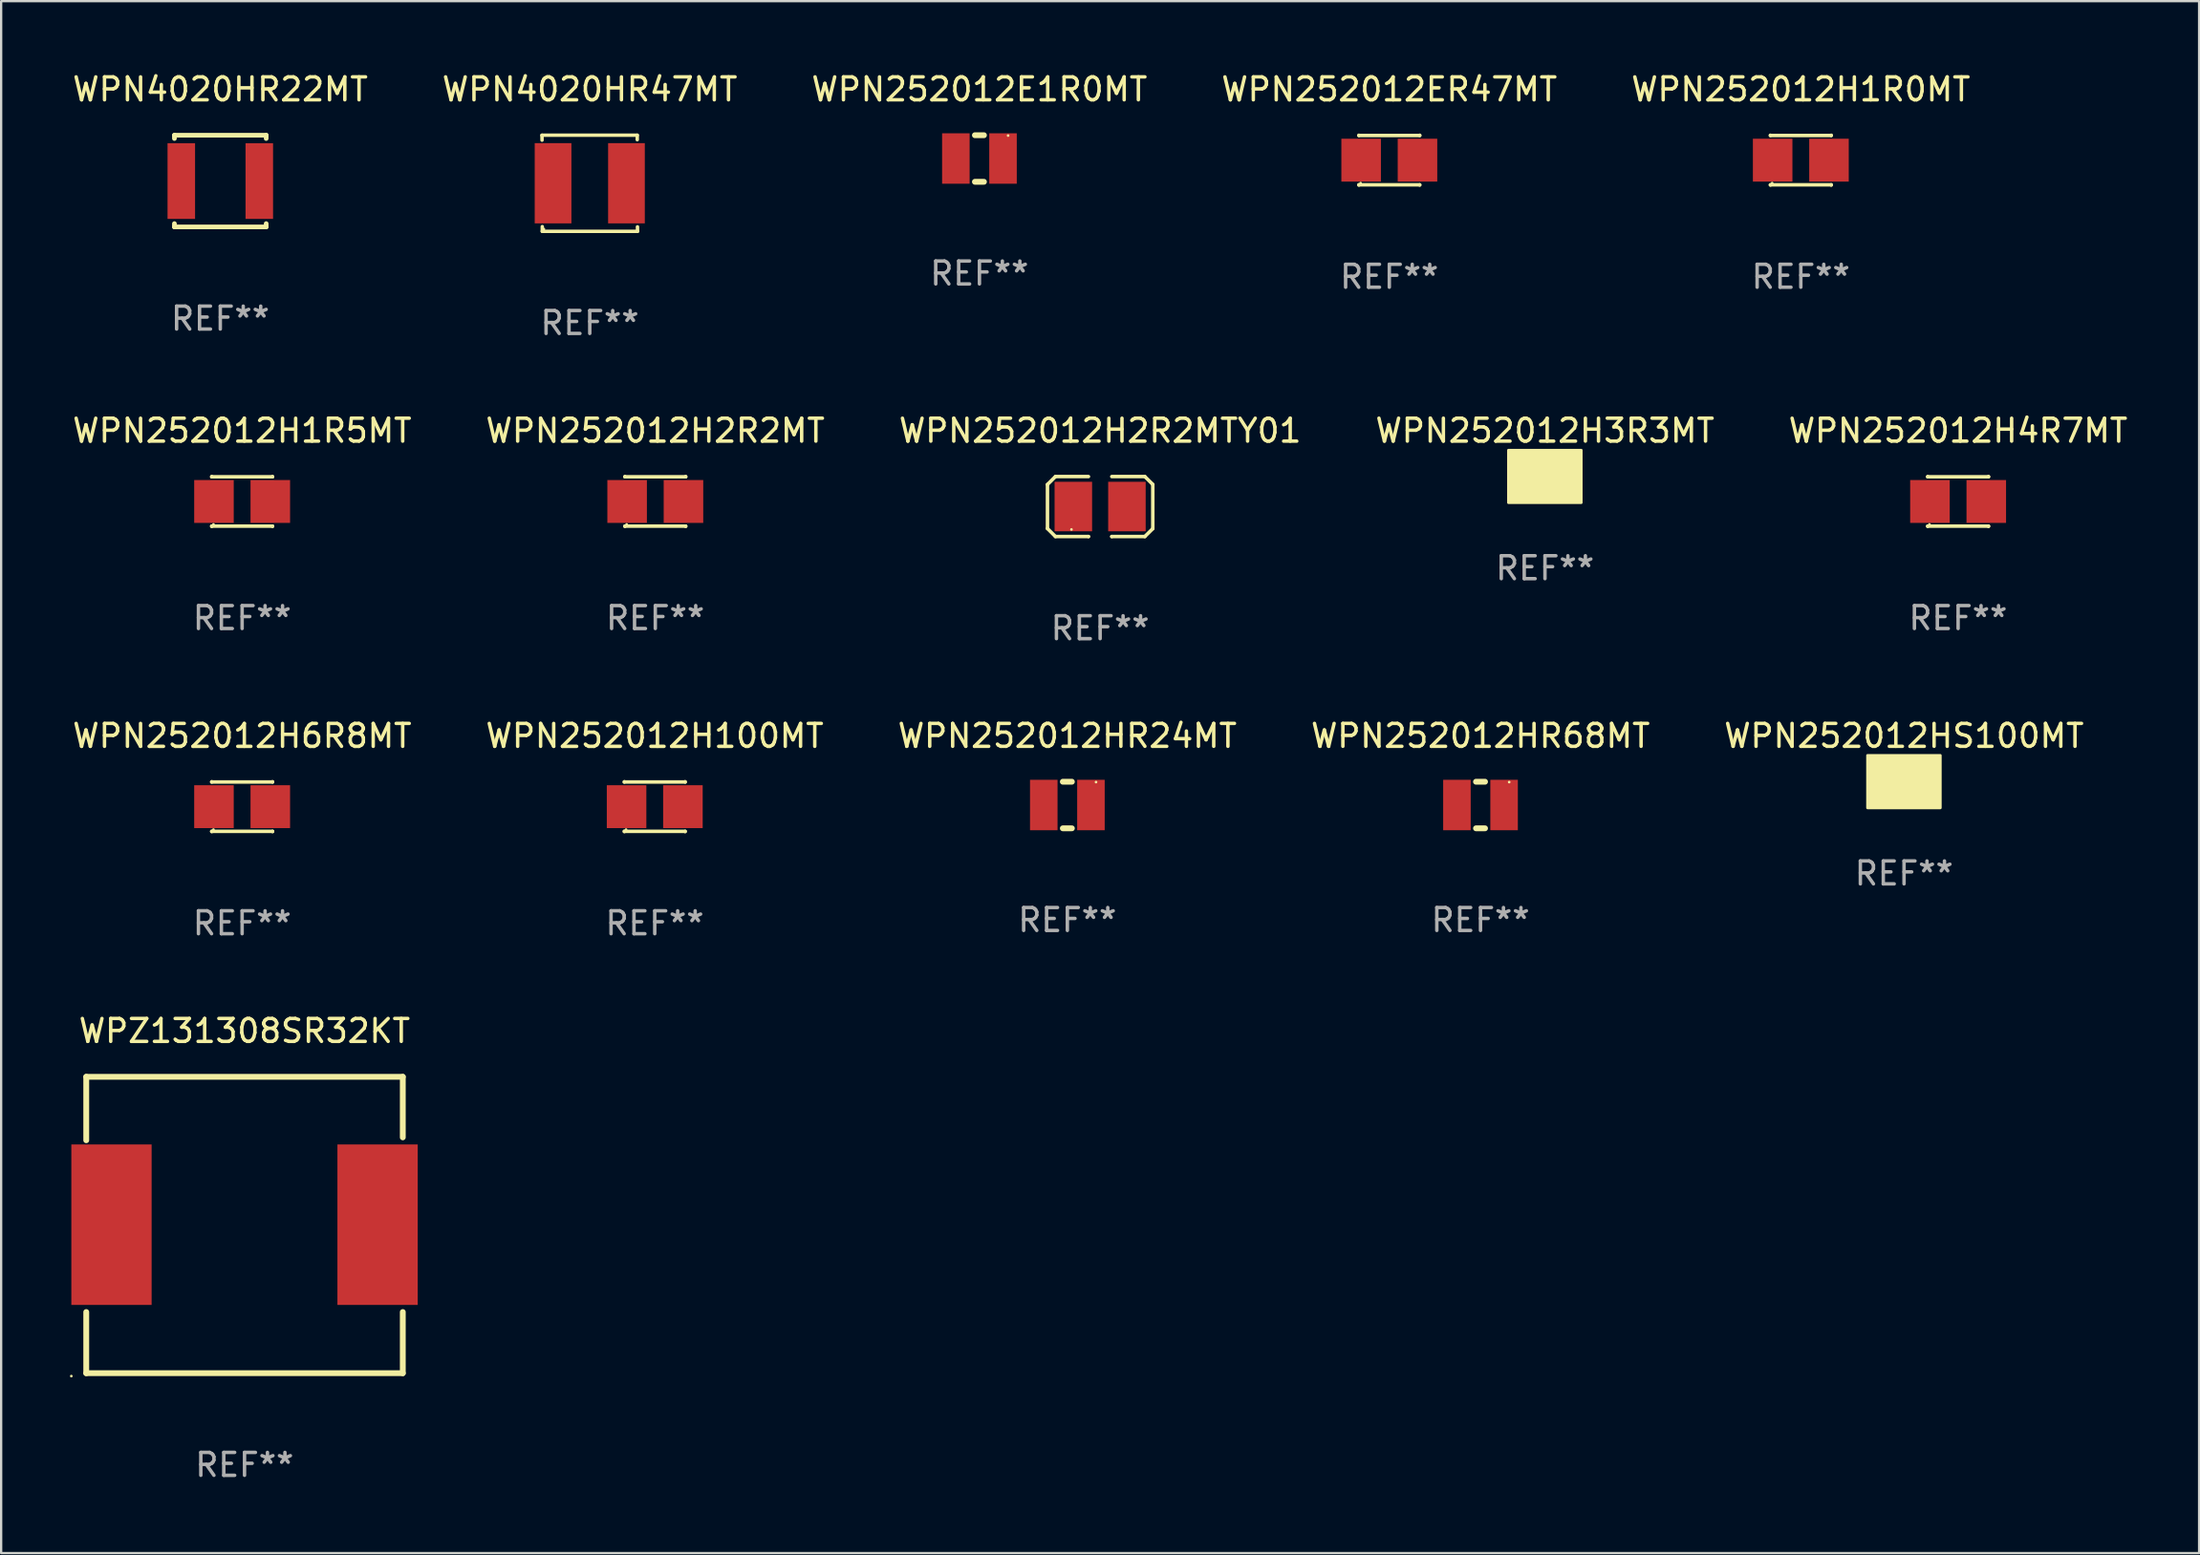
<source format=kicad_pcb>
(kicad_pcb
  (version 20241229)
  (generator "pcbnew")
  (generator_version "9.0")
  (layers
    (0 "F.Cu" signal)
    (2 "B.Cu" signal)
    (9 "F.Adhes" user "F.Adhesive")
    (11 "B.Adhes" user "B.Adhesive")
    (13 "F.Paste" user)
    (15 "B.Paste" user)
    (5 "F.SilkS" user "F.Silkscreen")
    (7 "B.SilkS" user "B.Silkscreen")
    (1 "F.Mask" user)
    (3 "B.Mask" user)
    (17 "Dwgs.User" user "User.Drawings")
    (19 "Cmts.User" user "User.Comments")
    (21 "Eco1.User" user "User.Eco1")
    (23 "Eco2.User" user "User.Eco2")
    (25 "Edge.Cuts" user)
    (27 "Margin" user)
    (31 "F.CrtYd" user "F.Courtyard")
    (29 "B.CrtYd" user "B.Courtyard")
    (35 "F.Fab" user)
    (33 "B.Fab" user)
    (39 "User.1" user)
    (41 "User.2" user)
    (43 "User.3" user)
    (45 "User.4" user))
  (footprint "WPN252012H6R8MT"
    (layer "F.Cu")
    (at 7.506 32.137)
    (property "Reference" "WPN252012H6R8MT" (at 0 -3.087 0) (layer "F.SilkS") (effects (font (size 1 1) (thickness 0.15))))
    (attr through_hole)
    (fp_line (start -1.326 -1.087) (end -1.326 -1.076) (stroke (width 0.152) (type solid)) (layer "F.SilkS"))
    (fp_line (start -1.326 -1.076) (end 1.326 -1.076) (stroke (width 0.152) (type solid)) (layer "F.SilkS"))
    (fp_line (start -1.326 1.076) (end 1.326 1.076) (stroke (width 0.152) (type solid)) (layer "F.SilkS"))
    (fp_line (start -1.326 1.087) (end -1.326 1.076) (stroke (width 0.152) (type solid)) (layer "F.SilkS"))
    (fp_line (start 1.326 -1.076) (end 1.326 -1.087) (stroke (width 0.152) (type solid)) (layer "F.SilkS"))
    (fp_line (start 1.326 1.076) (end 1.326 1.087) (stroke (width 0.152) (type solid)) (layer "F.SilkS"))
    (fp_circle (center -1.25 1) (end -1.22 1) (stroke (width 0.06) (type solid)) (fill no) (layer "F.SilkS"))
    (fp_text user "REF**" (at 0 5.087 0) (layer "F.Fab") (effects (font (size 1 1) (thickness 0.15))))
    (pad "1" smd rect (at 1.228 0) (size 1.724 1.87) (layers "F.Cu" "F.Mask" "F.Paste"))
    (pad "2" smd rect (at -1.228 0) (size 1.724 1.87) (layers "F.Cu" "F.Mask" "F.Paste")))
  (footprint "WPN252012ER47MT"
    (layer "F.Cu")
    (at 57.518 3.936)
    (property "Reference" "WPN252012ER47MT" (at 0 -3.087 0) (layer "F.SilkS") (effects (font (size 1 1) (thickness 0.15))))
    (attr through_hole)
    (fp_line (start -1.326 -1.087) (end -1.326 -1.076) (stroke (width 0.152) (type solid)) (layer "F.SilkS"))
    (fp_line (start -1.326 -1.076) (end 1.326 -1.076) (stroke (width 0.152) (type solid)) (layer "F.SilkS"))
    (fp_line (start -1.326 1.076) (end 1.326 1.076) (stroke (width 0.152) (type solid)) (layer "F.SilkS"))
    (fp_line (start -1.326 1.087) (end -1.326 1.076) (stroke (width 0.152) (type solid)) (layer "F.SilkS"))
    (fp_line (start 1.326 -1.076) (end 1.326 -1.087) (stroke (width 0.152) (type solid)) (layer "F.SilkS"))
    (fp_line (start 1.326 1.076) (end 1.326 1.087) (stroke (width 0.152) (type solid)) (layer "F.SilkS"))
    (fp_circle (center -1.25 1) (end -1.22 1) (stroke (width 0.06) (type solid)) (fill no) (layer "F.SilkS"))
    (fp_text user "REF**" (at 0 5.087 0) (layer "F.Fab") (effects (font (size 1 1) (thickness 0.15))))
    (pad "1" smd rect (at 1.228 0) (size 1.724 1.87) (layers "F.Cu" "F.Mask" "F.Paste"))
    (pad "2" smd rect (at -1.228 0) (size 1.724 1.87) (layers "F.Cu" "F.Mask" "F.Paste")))
  (footprint "WPN252012H3R3MT"
    (layer "F.Cu")
    (at 64.304 17.736)
    (property "Reference" "WPN252012H3R3MT" (at 0 -2 0) (layer "F.SilkS") (effects (font (size 1 1) (thickness 0.15))))
    (attr through_hole)
    (fp_circle (center -1.25 -1) (end -1.22 -1) (stroke (width 0.06) (type solid)) (fill no) (layer "F.SilkS"))
    (fp_poly (pts (xy -1.59 -1.148) (xy 1.58 -1.148) (xy 1.58 1.14) (xy -1.59 1.14)) (stroke (width 0.12) (type solid)) (fill yes) (layer "F.SilkS"))
    (fp_text user "REF**" (at 0 4 0) (layer "F.Fab") (effects (font (size 1 1) (thickness 0.15))))
    (pad "1" smd rect (at -0.95 0) (size 0.95 2) (layers "F.Cu" "F.Mask" "F.Paste"))
    (pad "2" smd rect (at 0.95 0) (size 0.95 2) (layers "F.Cu" "F.Mask" "F.Paste")))
  (footprint "WPN252012H2R2MTY01"
    (layer "F.Cu")
    (at 44.911 19.045)
    (property "Reference" "WPN252012H2R2MTY01" (at 0 -3.308 0) (layer "F.SilkS") (effects (font (size 1 1) (thickness 0.15))))
    (attr through_hole)
    (fp_line (start -2.296 -0.96) (end -1.948 -1.308) (stroke (width 0.152) (type solid)) (layer "F.SilkS"))
    (fp_line (start -2.296 0.96) (end -2.296 -0.96) (stroke (width 0.152) (type solid)) (layer "F.SilkS"))
    (fp_line (start -1.948 -1.308) (end -0.508 -1.308) (stroke (width 0.152) (type solid)) (layer "F.SilkS"))
    (fp_line (start -1.948 1.308) (end -2.296 0.96) (stroke (width 0.152) (type solid)) (layer "F.SilkS"))
    (fp_line (start -0.508 1.308) (end -1.948 1.308) (stroke (width 0.152) (type solid)) (layer "F.SilkS"))
    (fp_line (start -0.508 1.308) (end -0.508 1.308) (stroke (width 0.152) (type solid)) (layer "F.SilkS"))
    (fp_line (start 0.508 1.308) (end 0.508 1.308) (stroke (width 0.152) (type solid)) (layer "F.SilkS"))
    (fp_line (start 0.508 1.308) (end 1.948 1.308) (stroke (width 0.152) (type solid)) (layer "F.SilkS"))
    (fp_line (start 1.948 -1.308) (end 0.508 -1.308) (stroke (width 0.152) (type solid)) (layer "F.SilkS"))
    (fp_line (start 1.948 1.308) (end 2.296 0.963) (stroke (width 0.152) (type solid)) (layer "F.SilkS"))
    (fp_line (start 2.296 -0.963) (end 1.948 -1.308) (stroke (width 0.152) (type solid)) (layer "F.SilkS"))
    (fp_line (start 2.296 0.963) (end 2.296 -0.963) (stroke (width 0.152) (type solid)) (layer "F.SilkS"))
    (fp_circle (center -1.25 1) (end -1.22 1) (stroke (width 0.06) (type solid)) (fill no) (layer "F.SilkS"))
    (fp_text user "REF**" (at 0 5.308 0) (layer "F.Fab") (effects (font (size 1 1) (thickness 0.15))))
    (pad "1" smd rect (at -1.168 0.000025) (size 1.635 2.16) (layers "F.Cu" "F.Mask" "F.Paste"))
    (pad "2" smd rect (at 1.168 0.000025) (size 1.635 2.16) (layers "F.Cu" "F.Mask" "F.Paste")))
  (footprint "WPN252012E1R0MT"
    (layer "F.Cu")
    (at 39.649 3.864)
    (property "Reference" "WPN252012E1R0MT" (at 0 -3.016 0) (layer "F.SilkS") (effects (font (size 1 1) (thickness 0.15))))
    (attr through_hole)
    (fp_line (start -0.197 1.016) (end 0.197 1.016) (stroke (width 0.254) (type solid)) (layer "F.SilkS"))
    (fp_line (start 0.197 -1.016) (end -0.197 -1.016) (stroke (width 0.254) (type solid)) (layer "F.SilkS"))
    (fp_circle (center 1.25 -1) (end 1.28 -1) (stroke (width 0.06) (type solid)) (fill no) (layer "F.SilkS"))
    (fp_text user "REF**" (at 0 5.016 0) (layer "F.Fab") (effects (font (size 1 1) (thickness 0.15))))
    (pad "1" smd rect (at 1.028 0) (size 1.2 2.2) (layers "F.Cu" "F.Mask" "F.Paste"))
    (pad "2" smd rect (at -1.028 0) (size 1.2 2.2) (layers "F.Cu" "F.Mask" "F.Paste")))
  (footprint "WPN252012HS100MT"
    (layer "F.Cu")
    (at 79.958 31.049)
    (property "Reference" "WPN252012HS100MT" (at 0 -2 0) (layer "F.SilkS") (effects (font (size 1 1) (thickness 0.15))))
    (attr through_hole)
    (fp_circle (center -1.25 -1) (end -1.22 -1) (stroke (width 0.06) (type solid)) (fill no) (layer "F.SilkS"))
    (fp_poly (pts (xy -1.59 -1.148) (xy 1.58 -1.148) (xy 1.58 1.14) (xy -1.59 1.14)) (stroke (width 0.12) (type solid)) (fill yes) (layer "F.SilkS"))
    (fp_text user "REF**" (at 0 4 0) (layer "F.Fab") (effects (font (size 1 1) (thickness 0.15))))
    (pad "1" smd rect (at -0.95 0) (size 0.95 2) (layers "F.Cu" "F.Mask" "F.Paste"))
    (pad "2" smd rect (at 0.95 0) (size 0.95 2) (layers "F.Cu" "F.Mask" "F.Paste")))
  (footprint "WPN252012HR24MT"
    (layer "F.Cu")
    (at 43.482 32.065)
    (property "Reference" "WPN252012HR24MT" (at 0 -3.016 0) (layer "F.SilkS") (effects (font (size 1 1) (thickness 0.15))))
    (attr through_hole)
    (fp_line (start -0.197 1.016) (end 0.197 1.016) (stroke (width 0.254) (type solid)) (layer "F.SilkS"))
    (fp_line (start 0.197 -1.016) (end -0.197 -1.016) (stroke (width 0.254) (type solid)) (layer "F.SilkS"))
    (fp_circle (center 1.25 -1) (end 1.28 -1) (stroke (width 0.06) (type solid)) (fill no) (layer "F.SilkS"))
    (fp_text user "REF**" (at 0 5.016 0) (layer "F.Fab") (effects (font (size 1 1) (thickness 0.15))))
    (pad "1" smd rect (at 1.028 0) (size 1.2 2.2) (layers "F.Cu" "F.Mask" "F.Paste"))
    (pad "2" smd rect (at -1.028 0) (size 1.2 2.2) (layers "F.Cu" "F.Mask" "F.Paste")))
  (footprint "WPN4020HR47MT"
    (layer "F.Cu")
    (at 22.661 4.944)
    (property "Reference" "WPN4020HR47MT" (at 0 -4.096 0) (layer "F.SilkS") (effects (font (size 1 1) (thickness 0.15))))
    (attr through_hole)
    (fp_line (start -2.083 -2.096) (end -2.08 -1.88) (stroke (width 0.15) (type solid)) (layer "F.SilkS"))
    (fp_line (start -2.07 1.89) (end -2.07 2.096) (stroke (width 0.15) (type solid)) (layer "F.SilkS"))
    (fp_line (start -2.07 2.096) (end 2.083 2.096) (stroke (width 0.15) (type solid)) (layer "F.SilkS"))
    (fp_line (start 2.07 -1.9) (end 2.07 -2.096) (stroke (width 0.15) (type solid)) (layer "F.SilkS"))
    (fp_line (start 2.07 -2.096) (end -2.083 -2.096) (stroke (width 0.15) (type solid)) (layer "F.SilkS"))
    (fp_line (start 2.083 2.096) (end 2.08 1.9) (stroke (width 0.15) (type solid)) (layer "F.SilkS"))
    (fp_circle (center -2 2) (end -1.97 2) (stroke (width 0.06) (type solid)) (fill no) (layer "F.SilkS"))
    (fp_text user "REF**" (at 0 6.096 0) (layer "F.Fab") (effects (font (size 1 1) (thickness 0.15))))
    (pad "1" smd rect (at -1.6 -0.000343) (size 1.6 3.5) (layers "F.Cu" "F.Mask" "F.Paste"))
    (pad "2" smd rect (at 1.6 -0.000343) (size 1.6 3.5) (layers "F.Cu" "F.Mask" "F.Paste")))
  (footprint "WPN252012H2R2MT"
    (layer "F.Cu")
    (at 25.518 18.824)
    (property "Reference" "WPN252012H2R2MT" (at 0 -3.087 0) (layer "F.SilkS") (effects (font (size 1 1) (thickness 0.15))))
    (attr through_hole)
    (fp_line (start -1.326 -1.087) (end -1.326 -1.076) (stroke (width 0.152) (type solid)) (layer "F.SilkS"))
    (fp_line (start -1.326 -1.076) (end 1.326 -1.076) (stroke (width 0.152) (type solid)) (layer "F.SilkS"))
    (fp_line (start -1.326 1.076) (end 1.326 1.076) (stroke (width 0.152) (type solid)) (layer "F.SilkS"))
    (fp_line (start -1.326 1.087) (end -1.326 1.076) (stroke (width 0.152) (type solid)) (layer "F.SilkS"))
    (fp_line (start 1.326 -1.076) (end 1.326 -1.087) (stroke (width 0.152) (type solid)) (layer "F.SilkS"))
    (fp_line (start 1.326 1.076) (end 1.326 1.087) (stroke (width 0.152) (type solid)) (layer "F.SilkS"))
    (fp_circle (center -1.25 1) (end -1.22 1) (stroke (width 0.06) (type solid)) (fill no) (layer "F.SilkS"))
    (fp_text user "REF**" (at 0 5.087 0) (layer "F.Fab") (effects (font (size 1 1) (thickness 0.15))))
    (pad "1" smd rect (at 1.228 0) (size 1.724 1.87) (layers "F.Cu" "F.Mask" "F.Paste"))
    (pad "2" smd rect (at -1.228 0) (size 1.724 1.87) (layers "F.Cu" "F.Mask" "F.Paste")))
  (footprint "WPN252012H4R7MT"
    (layer "F.Cu")
    (at 82.315 18.824)
    (property "Reference" "WPN252012H4R7MT" (at 0 -3.087 0) (layer "F.SilkS") (effects (font (size 1 1) (thickness 0.15))))
    (attr through_hole)
    (fp_line (start -1.326 -1.087) (end -1.326 -1.076) (stroke (width 0.152) (type solid)) (layer "F.SilkS"))
    (fp_line (start -1.326 -1.076) (end 1.326 -1.076) (stroke (width 0.152) (type solid)) (layer "F.SilkS"))
    (fp_line (start -1.326 1.076) (end 1.326 1.076) (stroke (width 0.152) (type solid)) (layer "F.SilkS"))
    (fp_line (start -1.326 1.087) (end -1.326 1.076) (stroke (width 0.152) (type solid)) (layer "F.SilkS"))
    (fp_line (start 1.326 -1.076) (end 1.326 -1.087) (stroke (width 0.152) (type solid)) (layer "F.SilkS"))
    (fp_line (start 1.326 1.076) (end 1.326 1.087) (stroke (width 0.152) (type solid)) (layer "F.SilkS"))
    (fp_circle (center -1.25 1) (end -1.22 1) (stroke (width 0.06) (type solid)) (fill no) (layer "F.SilkS"))
    (fp_text user "REF**" (at 0 5.087 0) (layer "F.Fab") (effects (font (size 1 1) (thickness 0.15))))
    (pad "1" smd rect (at 1.228 0) (size 1.724 1.87) (layers "F.Cu" "F.Mask" "F.Paste"))
    (pad "2" smd rect (at -1.228 0) (size 1.724 1.87) (layers "F.Cu" "F.Mask" "F.Paste")))
  (footprint "WPZ131308SR32KT"
    (layer "F.Cu")
    (at 7.61 50.384)
    (property "Reference" "WPZ131308SR32KT" (at 0 -8.464 0) (layer "F.SilkS") (effects (font (size 1 1) (thickness 0.15))))
    (attr through_hole)
    (fp_line (start -6.9 -6.464) (end -6.9 -3.696) (stroke (width 0.254) (type solid)) (layer "F.SilkS"))
    (fp_line (start -6.9 -6.464) (end 6.9 -6.463) (stroke (width 0.254) (type solid)) (layer "F.SilkS"))
    (fp_line (start -6.9 6.464) (end -6.9 3.797) (stroke (width 0.254) (type solid)) (layer "F.SilkS"))
    (fp_line (start 6.9 -6.463) (end 6.9 -3.823) (stroke (width 0.254) (type solid)) (layer "F.SilkS"))
    (fp_line (start 6.9 6.464) (end -6.9 6.464) (stroke (width 0.254) (type solid)) (layer "F.SilkS"))
    (fp_line (start 6.9 6.464) (end 6.9 3.797) (stroke (width 0.254) (type solid)) (layer "F.SilkS"))
    (fp_circle (center -7.55 6.591) (end -7.52 6.591) (stroke (width 0.06) (type solid)) (fill no) (layer "F.SilkS"))
    (fp_text user "REF**" (at 0 10.464 0) (layer "F.Fab") (effects (font (size 1 1) (thickness 0.15))))
    (pad "1" smd rect (at -5.8 -0.013) (size 3.5 7) (layers "F.Cu" "F.Mask" "F.Paste"))
    (pad "2" smd rect (at 5.8 -0.013) (size 3.5 7) (layers "F.Cu" "F.Mask" "F.Paste")))
  (footprint "WPN252012H1R0MT"
    (layer "F.Cu")
    (at 75.458 3.936)
    (property "Reference" "WPN252012H1R0MT" (at 0 -3.087 0) (layer "F.SilkS") (effects (font (size 1 1) (thickness 0.15))))
    (attr through_hole)
    (fp_line (start -1.326 -1.087) (end -1.326 -1.076) (stroke (width 0.152) (type solid)) (layer "F.SilkS"))
    (fp_line (start -1.326 -1.076) (end 1.326 -1.076) (stroke (width 0.152) (type solid)) (layer "F.SilkS"))
    (fp_line (start -1.326 1.076) (end 1.326 1.076) (stroke (width 0.152) (type solid)) (layer "F.SilkS"))
    (fp_line (start -1.326 1.087) (end -1.326 1.076) (stroke (width 0.152) (type solid)) (layer "F.SilkS"))
    (fp_line (start 1.326 -1.076) (end 1.326 -1.087) (stroke (width 0.152) (type solid)) (layer "F.SilkS"))
    (fp_line (start 1.326 1.076) (end 1.326 1.087) (stroke (width 0.152) (type solid)) (layer "F.SilkS"))
    (fp_circle (center -1.25 1) (end -1.22 1) (stroke (width 0.06) (type solid)) (fill no) (layer "F.SilkS"))
    (fp_text user "REF**" (at 0 5.087 0) (layer "F.Fab") (effects (font (size 1 1) (thickness 0.15))))
    (pad "1" smd rect (at 1.228 0) (size 1.724 1.87) (layers "F.Cu" "F.Mask" "F.Paste"))
    (pad "2" smd rect (at -1.228 0) (size 1.724 1.87) (layers "F.Cu" "F.Mask" "F.Paste")))
  (footprint "WPN4020HR22MT"
    (layer "F.Cu")
    (at 6.554 4.848)
    (property "Reference" "WPN4020HR22MT" (at 0 -4 0) (layer "F.SilkS") (effects (font (size 1 1) (thickness 0.15))))
    (attr through_hole)
    (fp_line (start -2 -2) (end 2 -2) (stroke (width 0.203) (type solid)) (layer "F.SilkS"))
    (fp_line (start -2 -1.856) (end -2 -2) (stroke (width 0.203) (type solid)) (layer "F.SilkS"))
    (fp_line (start -2 2) (end -2 1.856) (stroke (width 0.203) (type solid)) (layer "F.SilkS"))
    (fp_line (start -2 2) (end 2 2) (stroke (width 0.203) (type solid)) (layer "F.SilkS"))
    (fp_line (start 2 -2) (end 2 -1.856) (stroke (width 0.203) (type solid)) (layer "F.SilkS"))
    (fp_line (start 2 1.856) (end 2 2) (stroke (width 0.203) (type solid)) (layer "F.SilkS"))
    (fp_circle (center -2 2) (end -1.97 2) (stroke (width 0.06) (type solid)) (fill no) (layer "F.SilkS"))
    (fp_text user "REF**" (at 0 6 0) (layer "F.Fab") (effects (font (size 1 1) (thickness 0.15))))
    (pad "1" smd rect (at -1.7 0 90) (size 3.3 1.2) (layers "F.Cu" "F.Mask" "F.Paste"))
    (pad "2" smd rect (at 1.7 0 90) (size 3.3 1.2) (layers "F.Cu" "F.Mask" "F.Paste")))
  (footprint "WPN252012HR68MT"
    (layer "F.Cu")
    (at 61.494 32.065)
    (property "Reference" "WPN252012HR68MT" (at 0 -3.016 0) (layer "F.SilkS") (effects (font (size 1 1) (thickness 0.15))))
    (attr through_hole)
    (fp_line (start -0.197 1.016) (end 0.197 1.016) (stroke (width 0.254) (type solid)) (layer "F.SilkS"))
    (fp_line (start 0.197 -1.016) (end -0.197 -1.016) (stroke (width 0.254) (type solid)) (layer "F.SilkS"))
    (fp_circle (center 1.25 -1) (end 1.28 -1) (stroke (width 0.06) (type solid)) (fill no) (layer "F.SilkS"))
    (fp_text user "REF**" (at 0 5.016 0) (layer "F.Fab") (effects (font (size 1 1) (thickness 0.15))))
    (pad "1" smd rect (at 1.028 0) (size 1.2 2.2) (layers "F.Cu" "F.Mask" "F.Paste"))
    (pad "2" smd rect (at -1.028 0) (size 1.2 2.2) (layers "F.Cu" "F.Mask" "F.Paste")))
  (footprint "WPN252012H100MT"
    (layer "F.Cu")
    (at 25.494 32.137)
    (property "Reference" "WPN252012H100MT" (at 0 -3.087 0) (layer "F.SilkS") (effects (font (size 1 1) (thickness 0.15))))
    (attr through_hole)
    (fp_line (start -1.326 -1.087) (end -1.326 -1.076) (stroke (width 0.152) (type solid)) (layer "F.SilkS"))
    (fp_line (start -1.326 -1.076) (end 1.326 -1.076) (stroke (width 0.152) (type solid)) (layer "F.SilkS"))
    (fp_line (start -1.326 1.076) (end 1.326 1.076) (stroke (width 0.152) (type solid)) (layer "F.SilkS"))
    (fp_line (start -1.326 1.087) (end -1.326 1.076) (stroke (width 0.152) (type solid)) (layer "F.SilkS"))
    (fp_line (start 1.326 -1.076) (end 1.326 -1.087) (stroke (width 0.152) (type solid)) (layer "F.SilkS"))
    (fp_line (start 1.326 1.076) (end 1.326 1.087) (stroke (width 0.152) (type solid)) (layer "F.SilkS"))
    (fp_circle (center -1.25 1) (end -1.22 1) (stroke (width 0.06) (type solid)) (fill no) (layer "F.SilkS"))
    (fp_text user "REF**" (at 0 5.087 0) (layer "F.Fab") (effects (font (size 1 1) (thickness 0.15))))
    (pad "1" smd rect (at 1.228 0) (size 1.724 1.87) (layers "F.Cu" "F.Mask" "F.Paste"))
    (pad "2" smd rect (at -1.228 0) (size 1.724 1.87) (layers "F.Cu" "F.Mask" "F.Paste")))
  (footprint "WPN252012H1R5MT"
    (layer "F.Cu")
    (at 7.506 18.824)
    (property "Reference" "WPN252012H1R5MT" (at 0 -3.087 0) (layer "F.SilkS") (effects (font (size 1 1) (thickness 0.15))))
    (attr through_hole)
    (fp_line (start -1.326 -1.087) (end -1.326 -1.076) (stroke (width 0.152) (type solid)) (layer "F.SilkS"))
    (fp_line (start -1.326 -1.076) (end 1.326 -1.076) (stroke (width 0.152) (type solid)) (layer "F.SilkS"))
    (fp_line (start -1.326 1.076) (end 1.326 1.076) (stroke (width 0.152) (type solid)) (layer "F.SilkS"))
    (fp_line (start -1.326 1.087) (end -1.326 1.076) (stroke (width 0.152) (type solid)) (layer "F.SilkS"))
    (fp_line (start 1.326 -1.076) (end 1.326 -1.087) (stroke (width 0.152) (type solid)) (layer "F.SilkS"))
    (fp_line (start 1.326 1.076) (end 1.326 1.087) (stroke (width 0.152) (type solid)) (layer "F.SilkS"))
    (fp_circle (center -1.25 1) (end -1.22 1) (stroke (width 0.06) (type solid)) (fill no) (layer "F.SilkS"))
    (fp_text user "REF**" (at 0 5.087 0) (layer "F.Fab") (effects (font (size 1 1) (thickness 0.15))))
    (pad "1" smd rect (at 1.228 0) (size 1.724 1.87) (layers "F.Cu" "F.Mask" "F.Paste"))
    (pad "2" smd rect (at -1.228 0) (size 1.724 1.87) (layers "F.Cu" "F.Mask" "F.Paste")))
  (gr_rect
    (start -3 -3)
    (end 92.821 64.696)
    (stroke (width 0.1) (type default))
    (fill no)
    (layer "Edge.Cuts")))
</source>
